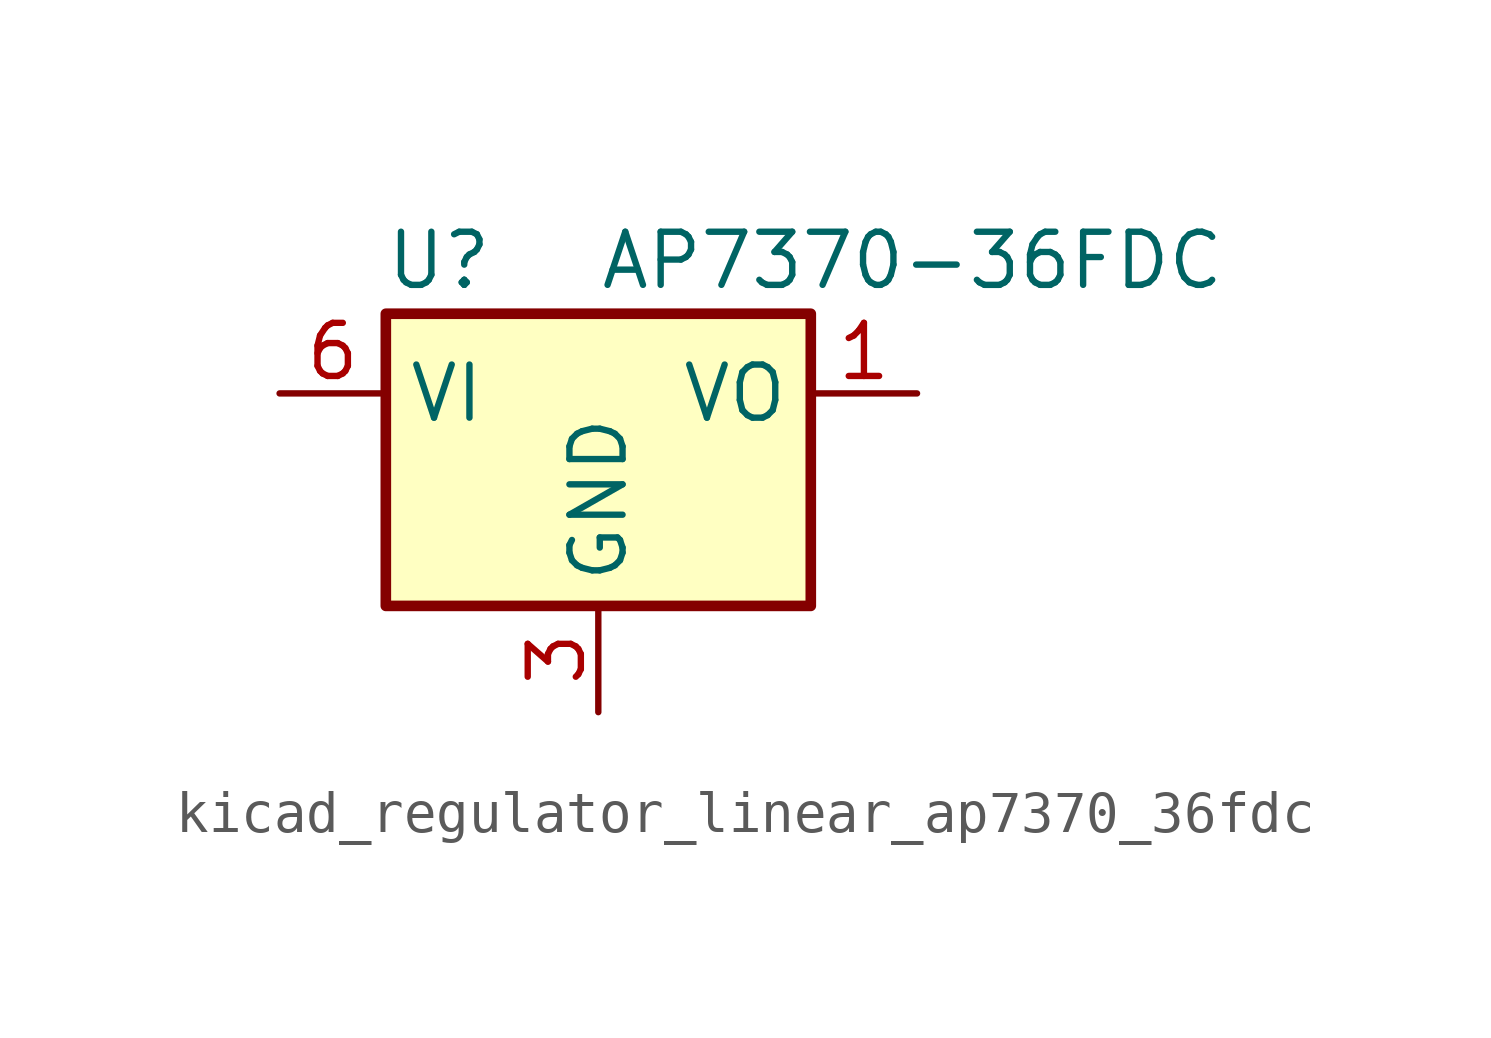
<source format=kicad_sym>
(kicad_symbol_lib
  (version 20220914)
  (generator kicad_symbol_editor)
  (symbol "kicad_regulator_linear_ap7370_36fdc"
    (property "Reference" "U"
      (at -3.81 3.175 0)
      (effects (font (size 1.27 1.27))))
    (property "Value" "AP7370-36FDC"
      (at 0 3.175 0)
      (effects (font (size 1.27 1.27)) (justify left)))
    (symbol "kicad_regulator_linear_ap7370_36fdc_0_1"
      (rectangle (start -5.08 -5.08) (end 5.08 1.905) (stroke (width 0.254) (type default)) (fill (type background))))
    (symbol "kicad_regulator_linear_ap7370_36fdc_1_1"
      (pin power_out line (at 7.62 0 180) (length 2.54) (name "VO" (effects (font (size 1.27 1.27)))) (number "1" (effects (font (size 1.27 1.27)))))
      (pin no_connect line (at -5.08 -2.54 0) (length 2.54) hide (name "NC" (effects (font (size 1.27 1.27)))) (number "2" (effects (font (size 1.27 1.27)))))
      (pin power_in line (at 0 -7.62 90) (length 2.54) (name "GND" (effects (font (size 1.27 1.27)))) (number "3" (effects (font (size 1.27 1.27)))))
      (pin no_connect line (at 5.08 -2.54 180) (length 2.54) hide (name "NC" (effects (font (size 1.27 1.27)))) (number "4" (effects (font (size 1.27 1.27)))))
      (pin no_connect line (at -5.08 -5.08 0) (length 2.54) hide (name "NC" (effects (font (size 1.27 1.27)))) (number "5" (effects (font (size 1.27 1.27)))))
      (pin power_in line (at -7.62 0 0) (length 2.54) (name "VI" (effects (font (size 1.27 1.27)))) (number "6" (effects (font (size 1.27 1.27)))))
      (pin passive line (at 0 -7.62 90) (length 2.54) hide (name "GND" (effects (font (size 1.27 1.27)))) (number "7" (effects (font (size 1.27 1.27))))))))
</source>
